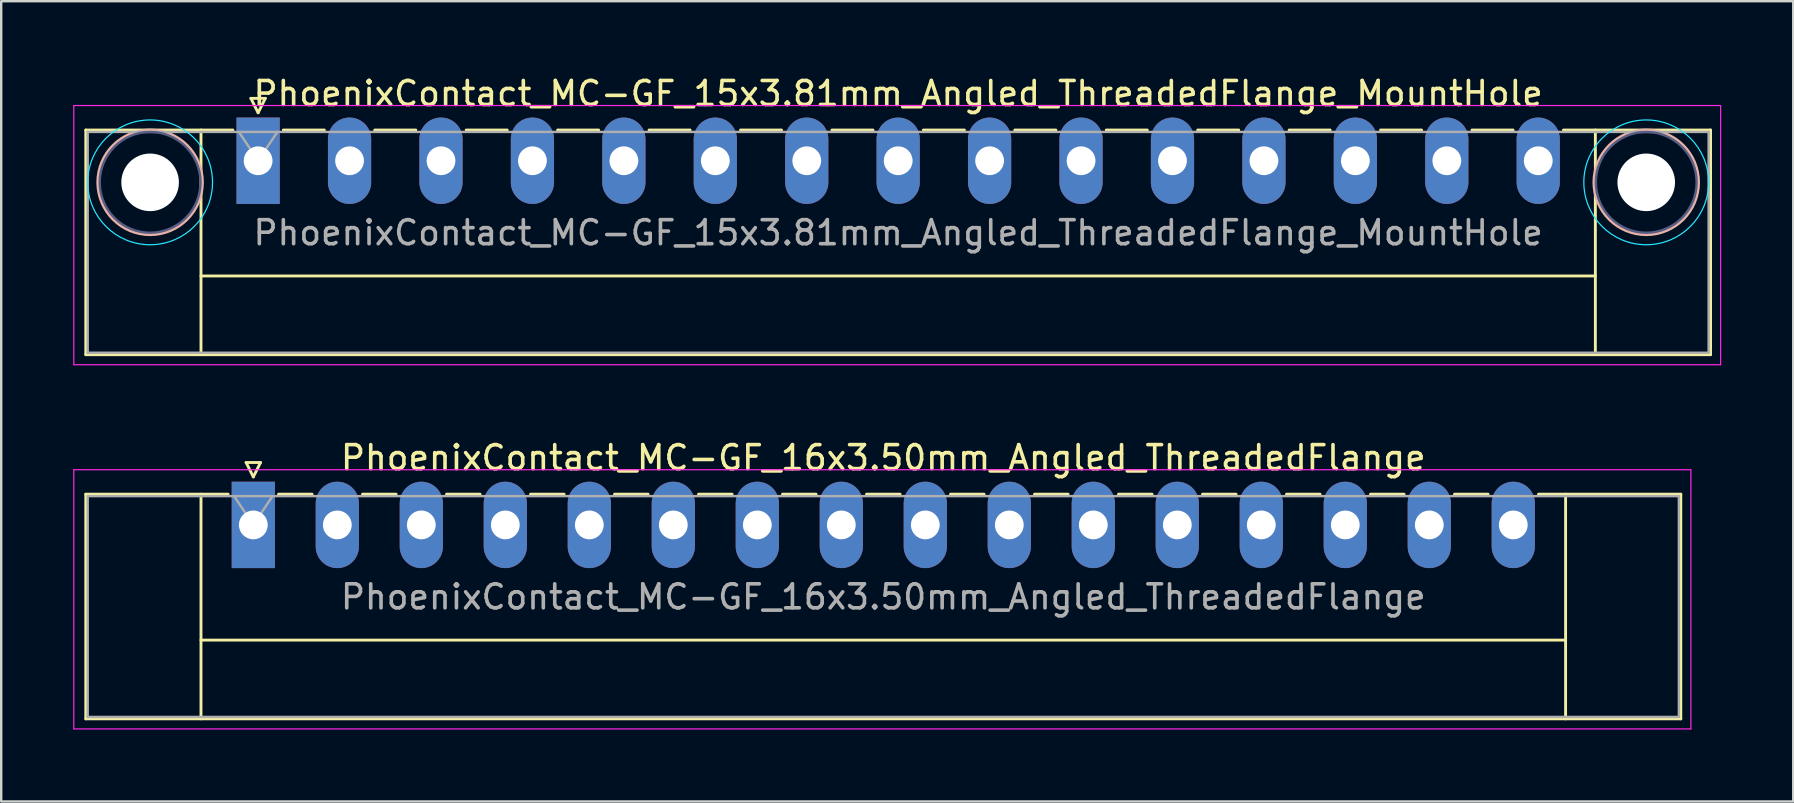
<source format=kicad_pcb>
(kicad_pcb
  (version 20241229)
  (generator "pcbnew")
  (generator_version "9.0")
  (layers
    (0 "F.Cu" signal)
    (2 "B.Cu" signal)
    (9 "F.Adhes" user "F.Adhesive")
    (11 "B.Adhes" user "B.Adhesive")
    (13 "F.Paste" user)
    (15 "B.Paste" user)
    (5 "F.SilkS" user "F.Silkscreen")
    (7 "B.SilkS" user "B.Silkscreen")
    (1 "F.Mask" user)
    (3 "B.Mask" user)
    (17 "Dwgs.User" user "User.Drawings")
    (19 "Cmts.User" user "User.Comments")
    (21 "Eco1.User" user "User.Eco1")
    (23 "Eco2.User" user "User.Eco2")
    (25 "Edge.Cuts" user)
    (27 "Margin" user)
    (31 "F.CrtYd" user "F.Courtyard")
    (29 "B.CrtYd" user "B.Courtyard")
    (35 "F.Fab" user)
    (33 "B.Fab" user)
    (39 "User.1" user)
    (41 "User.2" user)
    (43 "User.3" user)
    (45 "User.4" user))
  (footprint "PhoenixContact_MC-GF_15x3.81mm_Angled_ThreadedFlange_MountHole"
    (layer "F.Cu")
    (at 7.705 3.648)
    (property "Reference" "PhoenixContact_MC-GF_15x3.81mm_Angled_ThreadedFlange_MountHole" (at 26.67 -2.8 0) (layer "F.SilkS") (effects (font (size 1 1) (thickness 0.15))))
    (attr through_hole)
    (fp_line (start -7.18 -1.28) (end -7.18 8.08) (stroke (width 0.12) (type solid)) (layer "F.SilkS"))
    (fp_line (start -7.18 -1.28) (end -1.05 -1.28) (stroke (width 0.12) (type solid)) (layer "F.SilkS"))
    (fp_line (start -7.18 8.08) (end 60.52 8.08) (stroke (width 0.12) (type solid)) (layer "F.SilkS"))
    (fp_line (start -2.38 -1.28) (end -2.38 8.08) (stroke (width 0.12) (type solid)) (layer "F.SilkS"))
    (fp_line (start -2.38 4.8) (end 55.72 4.8) (stroke (width 0.12) (type solid)) (layer "F.SilkS"))
    (fp_line (start -0.3 -2.6) (end 0.3 -2.6) (stroke (width 0.12) (type solid)) (layer "F.SilkS"))
    (fp_line (start 0 -2) (end -0.3 -2.6) (stroke (width 0.12) (type solid)) (layer "F.SilkS"))
    (fp_line (start 0.3 -2.6) (end 0 -2) (stroke (width 0.12) (type solid)) (layer "F.SilkS"))
    (fp_line (start 1.05 -1.28) (end 2.76 -1.28) (stroke (width 0.12) (type solid)) (layer "F.SilkS"))
    (fp_line (start 4.86 -1.28) (end 6.57 -1.28) (stroke (width 0.12) (type solid)) (layer "F.SilkS"))
    (fp_line (start 8.67 -1.28) (end 10.38 -1.28) (stroke (width 0.12) (type solid)) (layer "F.SilkS"))
    (fp_line (start 12.48 -1.28) (end 14.19 -1.28) (stroke (width 0.12) (type solid)) (layer "F.SilkS"))
    (fp_line (start 16.29 -1.28) (end 18 -1.28) (stroke (width 0.12) (type solid)) (layer "F.SilkS"))
    (fp_line (start 20.1 -1.28) (end 21.81 -1.28) (stroke (width 0.12) (type solid)) (layer "F.SilkS"))
    (fp_line (start 23.91 -1.28) (end 25.62 -1.28) (stroke (width 0.12) (type solid)) (layer "F.SilkS"))
    (fp_line (start 27.72 -1.28) (end 29.43 -1.28) (stroke (width 0.12) (type solid)) (layer "F.SilkS"))
    (fp_line (start 31.53 -1.28) (end 33.24 -1.28) (stroke (width 0.12) (type solid)) (layer "F.SilkS"))
    (fp_line (start 35.34 -1.28) (end 37.05 -1.28) (stroke (width 0.12) (type solid)) (layer "F.SilkS"))
    (fp_line (start 39.15 -1.28) (end 40.86 -1.28) (stroke (width 0.12) (type solid)) (layer "F.SilkS"))
    (fp_line (start 42.96 -1.28) (end 44.67 -1.28) (stroke (width 0.12) (type solid)) (layer "F.SilkS"))
    (fp_line (start 46.77 -1.28) (end 48.48 -1.28) (stroke (width 0.12) (type solid)) (layer "F.SilkS"))
    (fp_line (start 50.58 -1.28) (end 52.29 -1.28) (stroke (width 0.12) (type solid)) (layer "F.SilkS"))
    (fp_line (start 55.72 -1.28) (end 55.72 8.08) (stroke (width 0.12) (type solid)) (layer "F.SilkS"))
    (fp_line (start 60.52 -1.28) (end 54.39 -1.28) (stroke (width 0.12) (type solid)) (layer "F.SilkS"))
    (fp_line (start 60.52 8.08) (end 60.52 -1.28) (stroke (width 0.12) (type solid)) (layer "F.SilkS"))
    (fp_circle (center -4.5 0.9) (end -2.32 0.9) (stroke (width 0.12) (type solid)) (fill no) (layer "B.SilkS"))
    (fp_circle (center 57.84 0.9) (end 60.02 0.9) (stroke (width 0.12) (type solid)) (fill no) (layer "B.SilkS"))
    (fp_circle (center -4.5 0.9) (end -1.9 0.9) (stroke (width 0.05) (type solid)) (fill no) (layer "B.CrtYd"))
    (fp_circle (center 57.84 0.9) (end 60.44 0.9) (stroke (width 0.05) (type solid)) (fill no) (layer "B.CrtYd"))
    (fp_line (start -7.68 -2.3) (end -7.68 8.5) (stroke (width 0.05) (type solid)) (layer "F.CrtYd"))
    (fp_line (start -7.68 8.5) (end 60.94 8.5) (stroke (width 0.05) (type solid)) (layer "F.CrtYd"))
    (fp_line (start 60.94 -2.3) (end -7.68 -2.3) (stroke (width 0.05) (type solid)) (layer "F.CrtYd"))
    (fp_line (start 60.94 8.5) (end 60.94 -2.3) (stroke (width 0.05) (type solid)) (layer "F.CrtYd"))
    (fp_circle (center -4.5 0.9) (end -2.4 0.9) (stroke (width 0.1) (type solid)) (fill no) (layer "B.Fab"))
    (fp_circle (center 57.84 0.9) (end 59.94 0.9) (stroke (width 0.1) (type solid)) (fill no) (layer "B.Fab"))
    (fp_line (start -7.1 -1.2) (end -7.1 8) (stroke (width 0.1) (type solid)) (layer "F.Fab"))
    (fp_line (start -7.1 8) (end 60.44 8) (stroke (width 0.1) (type solid)) (layer "F.Fab"))
    (fp_line (start 0 0) (end -0.8 -1.2) (stroke (width 0.1) (type solid)) (layer "F.Fab"))
    (fp_line (start 0.8 -1.2) (end 0 0) (stroke (width 0.1) (type solid)) (layer "F.Fab"))
    (fp_line (start 60.44 -1.2) (end -7.1 -1.2) (stroke (width 0.1) (type solid)) (layer "F.Fab"))
    (fp_line (start 60.44 8) (end 60.44 -1.2) (stroke (width 0.1) (type solid)) (layer "F.Fab"))
    (fp_text user "${REFERENCE}" (at 26.67 3 0) (layer "F.Fab") (effects (font (size 1 1) (thickness 0.15))))
    (pad "" np_thru_hole circle (at -4.5 0.9) (size 2.4 2.4) (drill 2.4) (layers "*.Cu" "*.Mask"))
    (pad "" np_thru_hole circle (at 57.84 0.9) (size 2.4 2.4) (drill 2.4) (layers "*.Cu" "*.Mask"))
    (pad "1" thru_hole rect (at 0 0) (size 1.8 3.6) (drill 1.2) (layers "*.Cu" "*.Mask"))
    (pad "2" thru_hole oval (at 3.81 0) (size 1.8 3.6) (drill 1.2) (layers "*.Cu" "*.Mask"))
    (pad "3" thru_hole oval (at 7.62 0) (size 1.8 3.6) (drill 1.2) (layers "*.Cu" "*.Mask"))
    (pad "4" thru_hole oval (at 11.43 0) (size 1.8 3.6) (drill 1.2) (layers "*.Cu" "*.Mask"))
    (pad "5" thru_hole oval (at 15.24 0) (size 1.8 3.6) (drill 1.2) (layers "*.Cu" "*.Mask"))
    (pad "6" thru_hole oval (at 19.05 0) (size 1.8 3.6) (drill 1.2) (layers "*.Cu" "*.Mask"))
    (pad "7" thru_hole oval (at 22.86 0) (size 1.8 3.6) (drill 1.2) (layers "*.Cu" "*.Mask"))
    (pad "8" thru_hole oval (at 26.67 0) (size 1.8 3.6) (drill 1.2) (layers "*.Cu" "*.Mask"))
    (pad "9" thru_hole oval (at 30.48 0) (size 1.8 3.6) (drill 1.2) (layers "*.Cu" "*.Mask"))
    (pad "10" thru_hole oval (at 34.29 0) (size 1.8 3.6) (drill 1.2) (layers "*.Cu" "*.Mask"))
    (pad "11" thru_hole oval (at 38.1 0) (size 1.8 3.6) (drill 1.2) (layers "*.Cu" "*.Mask"))
    (pad "12" thru_hole oval (at 41.91 0) (size 1.8 3.6) (drill 1.2) (layers "*.Cu" "*.Mask"))
    (pad "13" thru_hole oval (at 45.72 0) (size 1.8 3.6) (drill 1.2) (layers "*.Cu" "*.Mask"))
    (pad "14" thru_hole oval (at 49.53 0) (size 1.8 3.6) (drill 1.2) (layers "*.Cu" "*.Mask"))
    (pad "15" thru_hole oval (at 53.34 0) (size 1.8 3.6) (drill 1.2) (layers "*.Cu" "*.Mask")))
  (footprint "PhoenixContact_MC-GF_16x3.50mm_Angled_ThreadedFlange"
    (layer "F.Cu")
    (at 7.505 18.822)
    (property "Reference" "PhoenixContact_MC-GF_16x3.50mm_Angled_ThreadedFlange" (at 26.25 -2.8 0) (layer "F.SilkS") (effects (font (size 1 1) (thickness 0.15))))
    (attr through_hole)
    (fp_line (start -6.98 -1.28) (end -6.98 8.08) (stroke (width 0.12) (type solid)) (layer "F.SilkS"))
    (fp_line (start -6.98 -1.28) (end -1.05 -1.28) (stroke (width 0.12) (type solid)) (layer "F.SilkS"))
    (fp_line (start -6.98 8.08) (end 59.48 8.08) (stroke (width 0.12) (type solid)) (layer "F.SilkS"))
    (fp_line (start -2.18 -1.28) (end -2.18 8.08) (stroke (width 0.12) (type solid)) (layer "F.SilkS"))
    (fp_line (start -2.18 4.8) (end 54.68 4.8) (stroke (width 0.12) (type solid)) (layer "F.SilkS"))
    (fp_line (start -0.3 -2.6) (end 0.3 -2.6) (stroke (width 0.12) (type solid)) (layer "F.SilkS"))
    (fp_line (start 0 -2) (end -0.3 -2.6) (stroke (width 0.12) (type solid)) (layer "F.SilkS"))
    (fp_line (start 0.3 -2.6) (end 0 -2) (stroke (width 0.12) (type solid)) (layer "F.SilkS"))
    (fp_line (start 1.05 -1.28) (end 2.45 -1.28) (stroke (width 0.12) (type solid)) (layer "F.SilkS"))
    (fp_line (start 4.55 -1.28) (end 5.95 -1.28) (stroke (width 0.12) (type solid)) (layer "F.SilkS"))
    (fp_line (start 8.05 -1.28) (end 9.45 -1.28) (stroke (width 0.12) (type solid)) (layer "F.SilkS"))
    (fp_line (start 11.55 -1.28) (end 12.95 -1.28) (stroke (width 0.12) (type solid)) (layer "F.SilkS"))
    (fp_line (start 15.05 -1.28) (end 16.45 -1.28) (stroke (width 0.12) (type solid)) (layer "F.SilkS"))
    (fp_line (start 18.55 -1.28) (end 19.95 -1.28) (stroke (width 0.12) (type solid)) (layer "F.SilkS"))
    (fp_line (start 22.05 -1.28) (end 23.45 -1.28) (stroke (width 0.12) (type solid)) (layer "F.SilkS"))
    (fp_line (start 25.55 -1.28) (end 26.95 -1.28) (stroke (width 0.12) (type solid)) (layer "F.SilkS"))
    (fp_line (start 29.05 -1.28) (end 30.45 -1.28) (stroke (width 0.12) (type solid)) (layer "F.SilkS"))
    (fp_line (start 32.55 -1.28) (end 33.95 -1.28) (stroke (width 0.12) (type solid)) (layer "F.SilkS"))
    (fp_line (start 36.05 -1.28) (end 37.45 -1.28) (stroke (width 0.12) (type solid)) (layer "F.SilkS"))
    (fp_line (start 39.55 -1.28) (end 40.95 -1.28) (stroke (width 0.12) (type solid)) (layer "F.SilkS"))
    (fp_line (start 43.05 -1.28) (end 44.45 -1.28) (stroke (width 0.12) (type solid)) (layer "F.SilkS"))
    (fp_line (start 46.55 -1.28) (end 47.95 -1.28) (stroke (width 0.12) (type solid)) (layer "F.SilkS"))
    (fp_line (start 50.05 -1.28) (end 51.45 -1.28) (stroke (width 0.12) (type solid)) (layer "F.SilkS"))
    (fp_line (start 54.68 -1.28) (end 54.68 8.08) (stroke (width 0.12) (type solid)) (layer "F.SilkS"))
    (fp_line (start 59.48 -1.28) (end 53.55 -1.28) (stroke (width 0.12) (type solid)) (layer "F.SilkS"))
    (fp_line (start 59.48 8.08) (end 59.48 -1.28) (stroke (width 0.12) (type solid)) (layer "F.SilkS"))
    (fp_line (start -7.48 -2.3) (end -7.48 8.5) (stroke (width 0.05) (type solid)) (layer "F.CrtYd"))
    (fp_line (start -7.48 8.5) (end 59.9 8.5) (stroke (width 0.05) (type solid)) (layer "F.CrtYd"))
    (fp_line (start 59.9 -2.3) (end -7.48 -2.3) (stroke (width 0.05) (type solid)) (layer "F.CrtYd"))
    (fp_line (start 59.9 8.5) (end 59.9 -2.3) (stroke (width 0.05) (type solid)) (layer "F.CrtYd"))
    (fp_line (start -6.9 -1.2) (end -6.9 8) (stroke (width 0.1) (type solid)) (layer "F.Fab"))
    (fp_line (start -6.9 8) (end 59.4 8) (stroke (width 0.1) (type solid)) (layer "F.Fab"))
    (fp_line (start 0 0) (end -0.8 -1.2) (stroke (width 0.1) (type solid)) (layer "F.Fab"))
    (fp_line (start 0.8 -1.2) (end 0 0) (stroke (width 0.1) (type solid)) (layer "F.Fab"))
    (fp_line (start 59.4 -1.2) (end -6.9 -1.2) (stroke (width 0.1) (type solid)) (layer "F.Fab"))
    (fp_line (start 59.4 8) (end 59.4 -1.2) (stroke (width 0.1) (type solid)) (layer "F.Fab"))
    (fp_text user "${REFERENCE}" (at 26.25 3 0) (layer "F.Fab") (effects (font (size 1 1) (thickness 0.15))))
    (pad "1" thru_hole rect (at 0 0) (size 1.8 3.6) (drill 1.2) (layers "*.Cu" "*.Mask"))
    (pad "2" thru_hole oval (at 3.5 0) (size 1.8 3.6) (drill 1.2) (layers "*.Cu" "*.Mask"))
    (pad "3" thru_hole oval (at 7 0) (size 1.8 3.6) (drill 1.2) (layers "*.Cu" "*.Mask"))
    (pad "4" thru_hole oval (at 10.5 0) (size 1.8 3.6) (drill 1.2) (layers "*.Cu" "*.Mask"))
    (pad "5" thru_hole oval (at 14 0) (size 1.8 3.6) (drill 1.2) (layers "*.Cu" "*.Mask"))
    (pad "6" thru_hole oval (at 17.5 0) (size 1.8 3.6) (drill 1.2) (layers "*.Cu" "*.Mask"))
    (pad "7" thru_hole oval (at 21 0) (size 1.8 3.6) (drill 1.2) (layers "*.Cu" "*.Mask"))
    (pad "8" thru_hole oval (at 24.5 0) (size 1.8 3.6) (drill 1.2) (layers "*.Cu" "*.Mask"))
    (pad "9" thru_hole oval (at 28 0) (size 1.8 3.6) (drill 1.2) (layers "*.Cu" "*.Mask"))
    (pad "10" thru_hole oval (at 31.5 0) (size 1.8 3.6) (drill 1.2) (layers "*.Cu" "*.Mask"))
    (pad "11" thru_hole oval (at 35 0) (size 1.8 3.6) (drill 1.2) (layers "*.Cu" "*.Mask"))
    (pad "12" thru_hole oval (at 38.5 0) (size 1.8 3.6) (drill 1.2) (layers "*.Cu" "*.Mask"))
    (pad "13" thru_hole oval (at 42 0) (size 1.8 3.6) (drill 1.2) (layers "*.Cu" "*.Mask"))
    (pad "14" thru_hole oval (at 45.5 0) (size 1.8 3.6) (drill 1.2) (layers "*.Cu" "*.Mask"))
    (pad "15" thru_hole oval (at 49 0) (size 1.8 3.6) (drill 1.2) (layers "*.Cu" "*.Mask"))
    (pad "16" thru_hole oval (at 52.5 0) (size 1.8 3.6) (drill 1.2) (layers "*.Cu" "*.Mask")))
  (gr_rect
    (start -3 -3)
    (end 71.67 30.346)
    (stroke (width 0.1) (type default))
    (fill no)
    (layer "Edge.Cuts")))
</source>
